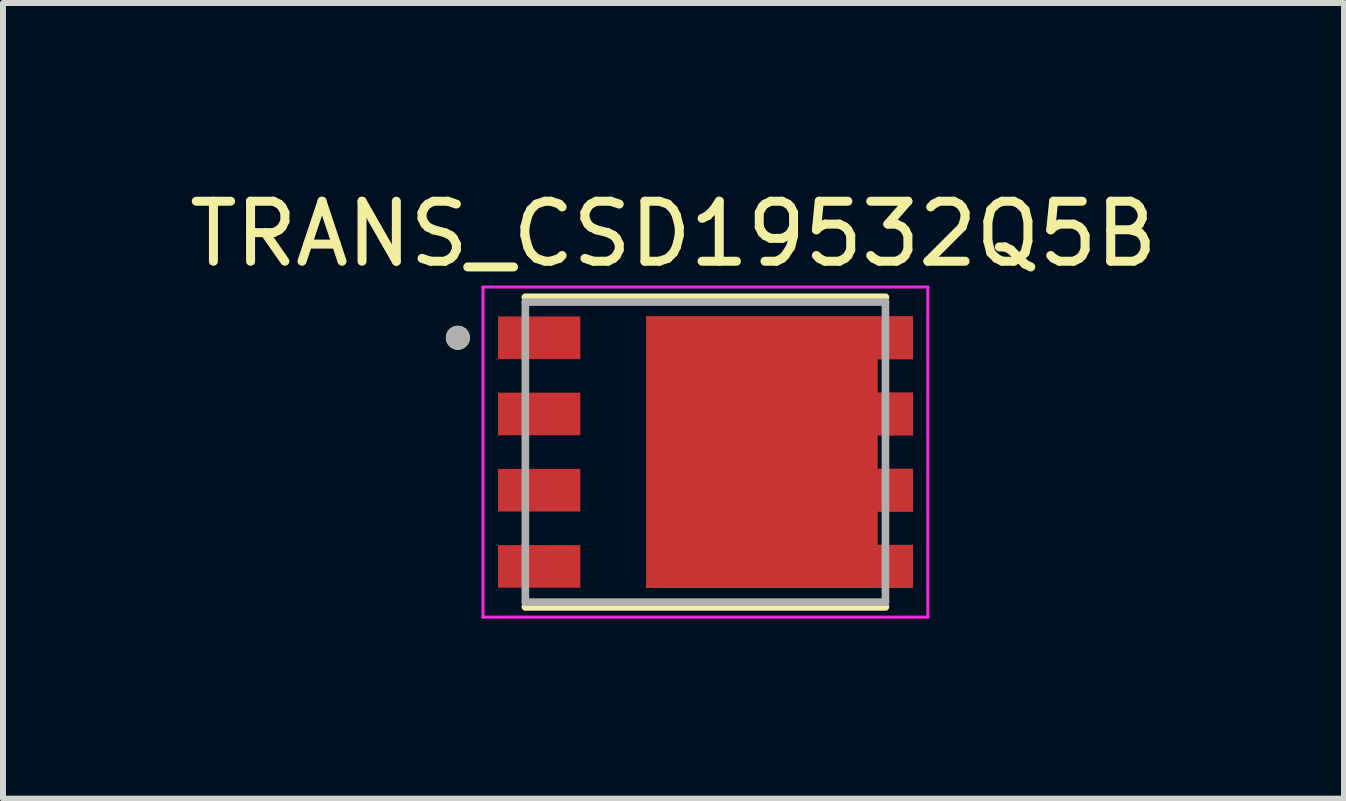
<source format=kicad_pcb>
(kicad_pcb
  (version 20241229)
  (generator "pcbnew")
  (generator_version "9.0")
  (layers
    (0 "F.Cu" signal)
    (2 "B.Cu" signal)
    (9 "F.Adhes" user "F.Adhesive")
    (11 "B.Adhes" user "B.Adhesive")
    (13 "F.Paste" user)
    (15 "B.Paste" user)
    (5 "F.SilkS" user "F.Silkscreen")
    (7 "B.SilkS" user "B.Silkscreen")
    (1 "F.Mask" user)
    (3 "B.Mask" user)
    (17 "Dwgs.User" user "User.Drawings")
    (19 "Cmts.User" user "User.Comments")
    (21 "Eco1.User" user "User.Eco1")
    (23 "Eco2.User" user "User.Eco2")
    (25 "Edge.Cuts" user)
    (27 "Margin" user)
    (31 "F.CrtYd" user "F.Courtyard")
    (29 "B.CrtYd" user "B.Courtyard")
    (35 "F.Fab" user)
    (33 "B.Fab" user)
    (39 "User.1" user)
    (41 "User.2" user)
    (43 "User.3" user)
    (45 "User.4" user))
  (footprint "TRANS_CSD19532Q5B"
    (layer "F.Cu")
    (at 8.704 4.483)
    (property "Reference" "TRANS_CSD19532Q5B" (at -0.531 -3.635 0) (layer "F.SilkS") (effects (font (size 1 1) (thickness 0.15))))
    (attr smd)
    (fp_poly (pts (xy -1.084 2.36) (xy -1.084 -2.36) (xy 3.556 -2.36) (xy 3.556 -1.45) (xy 2.966 -1.45) (xy 2.966 -1.09) (xy 3.556 -1.09) (xy 3.556 -0.18) (xy 2.966 -0.18) (xy 2.966 0.18) (xy 3.556 0.18) (xy 3.556 1.09) (xy 2.966 1.09) (xy 2.966 1.45) (xy 3.556 1.45) (xy 3.556 2.36)) (stroke (width 0.01) (type solid)) (fill yes) (layer "F.Mask"))
    (fp_line (start -3 2.58) (end 3 2.58) (stroke (width 0.127) (type solid)) (layer "F.SilkS"))
    (fp_line (start 3 -2.58) (end -3 -2.58) (stroke (width 0.127) (type solid)) (layer "F.SilkS"))
    (fp_circle (center -4.125 -1.905) (end -4.025 -1.905) (stroke (width 0.2) (type solid)) (fill no) (layer "F.SilkS"))
    (fp_poly (pts (xy -3.293 -2.186) (xy -2.221 -2.186) (xy -2.221 -1.624) (xy -3.293 -1.624)) (stroke (width 0.01) (type solid)) (fill yes) (layer "F.Paste"))
    (fp_poly (pts (xy -3.293 -0.916) (xy -2.221 -0.916) (xy -2.221 -0.354) (xy -3.293 -0.354)) (stroke (width 0.01) (type solid)) (fill yes) (layer "F.Paste"))
    (fp_poly (pts (xy -3.293 0.354) (xy -2.221 0.354) (xy -2.221 0.916) (xy -3.293 0.916)) (stroke (width 0.01) (type solid)) (fill yes) (layer "F.Paste"))
    (fp_poly (pts (xy -3.293 1.624) (xy -2.221 1.624) (xy -2.221 2.186) (xy -3.293 2.186)) (stroke (width 0.01) (type solid)) (fill yes) (layer "F.Paste"))
    (fp_poly (pts (xy -0.697 -1.942) (xy 0.597 -1.942) (xy 0.597 -1.196) (xy -0.697 -1.196)) (stroke (width 0.01) (type solid)) (fill yes) (layer "F.Paste"))
    (fp_poly (pts (xy -0.697 -0.896) (xy 0.597 -0.896) (xy 0.597 -0.15) (xy -0.697 -0.15)) (stroke (width 0.01) (type solid)) (fill yes) (layer "F.Paste"))
    (fp_poly (pts (xy -0.697 0.15) (xy 0.597 0.15) (xy 0.597 0.896) (xy -0.697 0.896)) (stroke (width 0.01) (type solid)) (fill yes) (layer "F.Paste"))
    (fp_poly (pts (xy -0.697 1.196) (xy 0.597 1.196) (xy 0.597 1.942) (xy -0.697 1.942)) (stroke (width 0.01) (type solid)) (fill yes) (layer "F.Paste"))
    (fp_poly (pts (xy 0.947 -1.942) (xy 2.241 -1.942) (xy 2.241 -1.196) (xy 0.947 -1.196)) (stroke (width 0.01) (type solid)) (fill yes) (layer "F.Paste"))
    (fp_poly (pts (xy 0.947 -0.896) (xy 2.241 -0.896) (xy 2.241 -0.15) (xy 0.947 -0.15)) (stroke (width 0.01) (type solid)) (fill yes) (layer "F.Paste"))
    (fp_poly (pts (xy 0.947 0.15) (xy 2.241 0.15) (xy 2.241 0.896) (xy 0.947 0.896)) (stroke (width 0.01) (type solid)) (fill yes) (layer "F.Paste"))
    (fp_poly (pts (xy 0.947 1.196) (xy 2.241 1.196) (xy 2.241 1.942) (xy 0.947 1.942)) (stroke (width 0.01) (type solid)) (fill yes) (layer "F.Paste"))
    (fp_poly (pts (xy 2.527 -2.159) (xy 3.293 -2.159) (xy 3.293 -1.651) (xy 2.527 -1.651)) (stroke (width 0.01) (type solid)) (fill yes) (layer "F.Paste"))
    (fp_poly (pts (xy 2.527 -0.889) (xy 3.293 -0.889) (xy 3.293 -0.381) (xy 2.527 -0.381)) (stroke (width 0.01) (type solid)) (fill yes) (layer "F.Paste"))
    (fp_poly (pts (xy 2.527 0.381) (xy 3.293 0.381) (xy 3.293 0.889) (xy 2.527 0.889)) (stroke (width 0.01) (type solid)) (fill yes) (layer "F.Paste"))
    (fp_poly (pts (xy 2.527 1.651) (xy 3.293 1.651) (xy 3.293 2.159) (xy 2.527 2.159)) (stroke (width 0.01) (type solid)) (fill yes) (layer "F.Paste"))
    (fp_line (start -3.706 -2.75) (end 3.706 -2.75) (stroke (width 0.05) (type solid)) (layer "F.CrtYd"))
    (fp_line (start -3.706 2.75) (end -3.706 -2.75) (stroke (width 0.05) (type solid)) (layer "F.CrtYd"))
    (fp_line (start 3.706 -2.75) (end 3.706 2.75) (stroke (width 0.05) (type solid)) (layer "F.CrtYd"))
    (fp_line (start 3.706 2.75) (end -3.706 2.75) (stroke (width 0.05) (type solid)) (layer "F.CrtYd"))
    (fp_line (start -3 -2.5) (end -3 2.5) (stroke (width 0.127) (type solid)) (layer "F.Fab"))
    (fp_line (start -3 2.5) (end 3 2.5) (stroke (width 0.127) (type solid)) (layer "F.Fab"))
    (fp_line (start 3 -2.5) (end -3 -2.5) (stroke (width 0.127) (type solid)) (layer "F.Fab"))
    (fp_line (start 3 2.5) (end 3 -2.5) (stroke (width 0.127) (type solid)) (layer "F.Fab"))
    (fp_circle (center -4.125 -1.905) (end -4.025 -1.905) (stroke (width 0.2) (type solid)) (fill no) (layer "F.Fab"))
    (pad "1" smd rect (at -2.77 -1.905) (size 1.372 0.71) (layers "F.Cu" "F.Mask"))
    (pad "2" smd rect (at -2.77 -0.635) (size 1.372 0.71) (layers "F.Cu" "F.Mask"))
    (pad "3" smd rect (at -2.77 0.635) (size 1.372 0.71) (layers "F.Cu" "F.Mask"))
    (pad "4" smd rect (at -2.77 1.905) (size 1.372 0.71) (layers "F.Cu" "F.Mask"))
    (pad "5_8" smd custom (at 0 0) (size 1 1) (layers "F.Cu") (options (anchor rect)) (primitives (gr_poly (pts (xy -0.984 2.26) (xy -0.984 -2.26) (xy 3.456 -2.26) (xy 3.456 -1.55) (xy 2.866 -1.55) (xy 2.866 -0.99) (xy 3.456 -0.99) (xy 3.456 -0.28) (xy 2.866 -0.28) (xy 2.866 0.28) (xy 3.456 0.28) (xy 3.456 0.99) (xy 2.866 0.99) (xy 2.866 1.55) (xy 3.456 1.55) (xy 3.456 2.26)) (width 0.01) (fill yes)))))
  (gr_rect
    (start -3 -3)
    (end 19.345 10.258)
    (stroke (width 0.1) (type default))
    (fill no)
    (layer "Edge.Cuts")))
</source>
